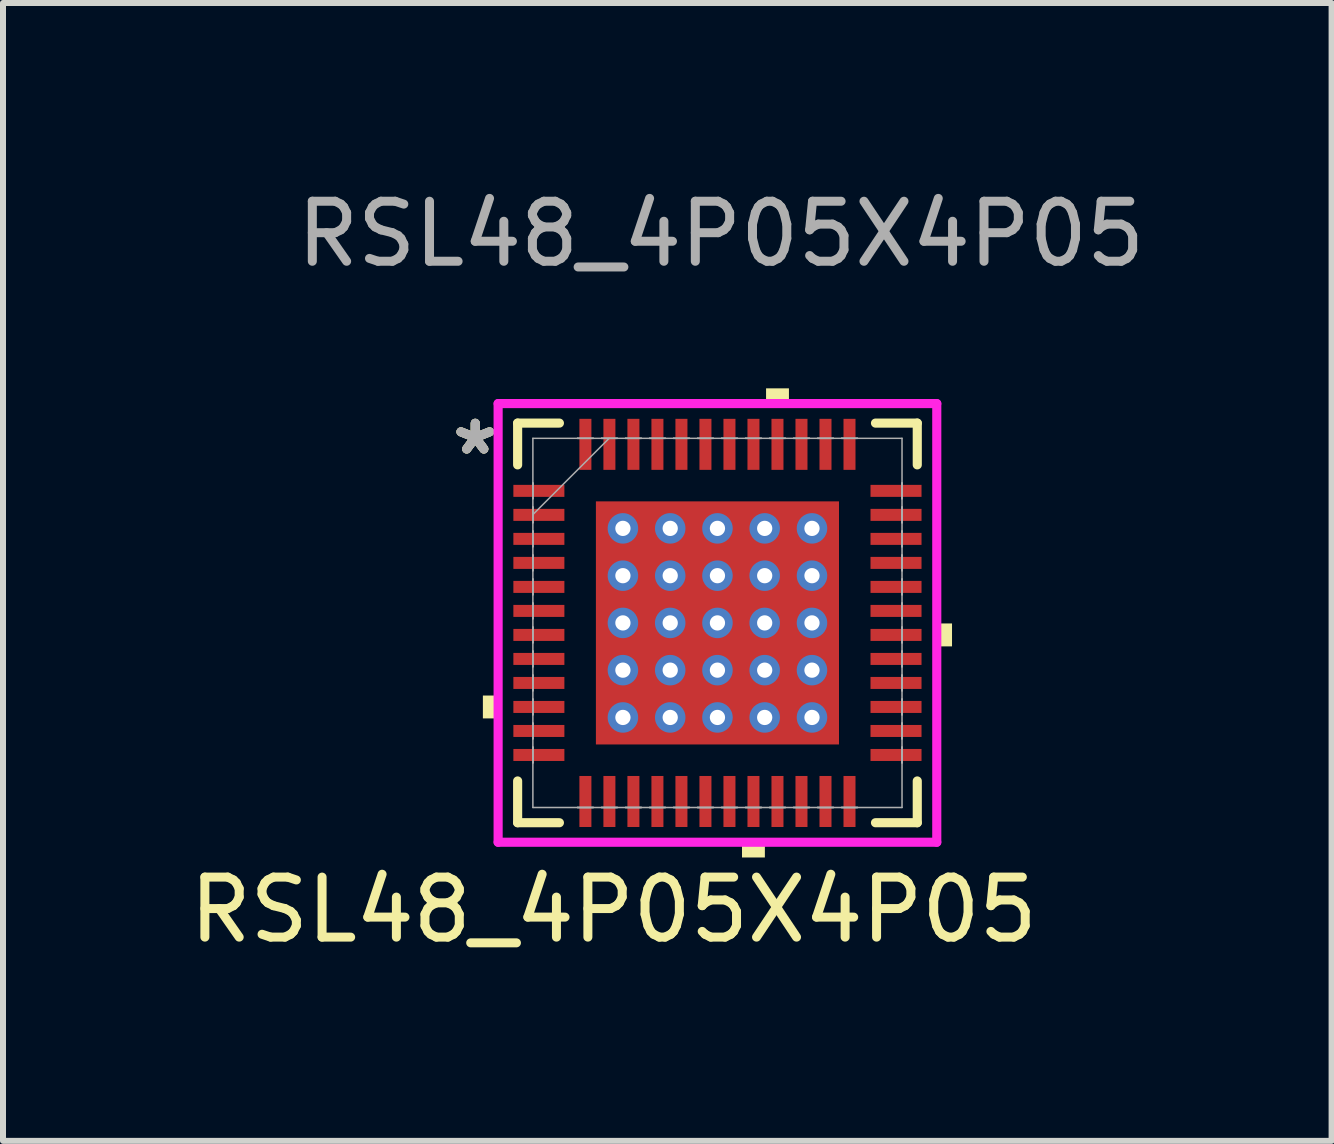
<source format=kicad_pcb>
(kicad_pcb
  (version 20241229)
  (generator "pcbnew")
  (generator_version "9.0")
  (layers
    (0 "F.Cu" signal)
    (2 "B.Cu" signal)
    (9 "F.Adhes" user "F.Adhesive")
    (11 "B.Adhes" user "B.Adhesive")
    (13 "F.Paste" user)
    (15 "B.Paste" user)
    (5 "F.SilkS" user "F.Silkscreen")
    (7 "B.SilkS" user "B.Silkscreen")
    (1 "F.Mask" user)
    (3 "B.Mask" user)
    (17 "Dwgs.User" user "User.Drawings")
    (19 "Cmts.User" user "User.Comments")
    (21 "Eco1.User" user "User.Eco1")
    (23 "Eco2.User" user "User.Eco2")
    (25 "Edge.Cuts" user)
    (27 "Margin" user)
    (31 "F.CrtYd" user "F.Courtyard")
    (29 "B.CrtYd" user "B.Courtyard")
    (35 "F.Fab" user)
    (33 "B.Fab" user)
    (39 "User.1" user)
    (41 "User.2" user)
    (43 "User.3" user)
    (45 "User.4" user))
  (footprint "RSL48_4P05X4P05"
    (layer "F.Cu")
    (at 8.903 7.328)
    (property "Reference" "RSL48_4P05X4P05" (at -1.73 4.78 0) (unlocked yes) (layer "F.SilkS") (effects (font (size 1 1) (thickness 0.15))))
    (attr smd)
    (fp_poly (pts (xy -3.45 -2.35) (xy -3.45 -2.05) (xy -2.5 -2.05) (xy -2.5 -2.35)) (stroke (width 0) (type solid)) (fill yes) (layer "F.Mask"))
    (fp_poly (pts (xy -3.45 -1.95) (xy -3.45 -1.65) (xy -2.5 -1.65) (xy -2.5 -1.95)) (stroke (width 0) (type solid)) (fill yes) (layer "F.Mask"))
    (fp_poly (pts (xy -3.45 -1.55) (xy -3.45 -1.25) (xy -2.5 -1.25) (xy -2.5 -1.55)) (stroke (width 0) (type solid)) (fill yes) (layer "F.Mask"))
    (fp_poly (pts (xy -3.45 -1.15) (xy -3.45 -0.85) (xy -2.5 -0.85) (xy -2.5 -1.15)) (stroke (width 0) (type solid)) (fill yes) (layer "F.Mask"))
    (fp_poly (pts (xy -3.45 -0.75) (xy -3.45 -0.45) (xy -2.5 -0.45) (xy -2.5 -0.75)) (stroke (width 0) (type solid)) (fill yes) (layer "F.Mask"))
    (fp_poly (pts (xy -3.45 -0.35) (xy -3.45 -0.05) (xy -2.5 -0.05) (xy -2.5 -0.35)) (stroke (width 0) (type solid)) (fill yes) (layer "F.Mask"))
    (fp_poly (pts (xy -3.45 0.05) (xy -3.45 0.35) (xy -2.5 0.35) (xy -2.5 0.05)) (stroke (width 0) (type solid)) (fill yes) (layer "F.Mask"))
    (fp_poly (pts (xy -3.45 0.45) (xy -3.45 0.75) (xy -2.5 0.75) (xy -2.5 0.45)) (stroke (width 0) (type solid)) (fill yes) (layer "F.Mask"))
    (fp_poly (pts (xy -3.45 0.85) (xy -3.45 1.15) (xy -2.5 1.15) (xy -2.5 0.85)) (stroke (width 0) (type solid)) (fill yes) (layer "F.Mask"))
    (fp_poly (pts (xy -3.45 1.25) (xy -3.45 1.55) (xy -2.5 1.55) (xy -2.5 1.25)) (stroke (width 0) (type solid)) (fill yes) (layer "F.Mask"))
    (fp_poly (pts (xy -3.45 1.65) (xy -3.45 1.95) (xy -2.5 1.95) (xy -2.5 1.65)) (stroke (width 0) (type solid)) (fill yes) (layer "F.Mask"))
    (fp_poly (pts (xy -3.45 2.05) (xy -3.45 2.35) (xy -2.5 2.35) (xy -2.5 2.05)) (stroke (width 0) (type solid)) (fill yes) (layer "F.Mask"))
    (fp_poly (pts (xy -2.35 -3.45) (xy -2.35 -2.5) (xy -2.05 -2.5) (xy -2.05 -3.45)) (stroke (width 0) (type solid)) (fill yes) (layer "F.Mask"))
    (fp_poly (pts (xy -2.35 2.5) (xy -2.35 3.45) (xy -2.05 3.45) (xy -2.05 2.5)) (stroke (width 0) (type solid)) (fill yes) (layer "F.Mask"))
    (fp_poly (pts (xy -2.088 -2.088) (xy -1.775 -2.088) (xy -1.775 2.088) (xy -2.088 2.088)) (stroke (width 0) (type solid)) (fill yes) (layer "F.Mask"))
    (fp_poly (pts (xy -2.088 -2.088) (xy 2.088 -2.088) (xy 2.088 -1.775) (xy -2.088 -1.775)) (stroke (width 0) (type solid)) (fill yes) (layer "F.Mask"))
    (fp_poly (pts (xy -2.088 -1.375) (xy 2.088 -1.375) (xy 2.088 -0.987) (xy -2.088 -0.987)) (stroke (width 0) (type solid)) (fill yes) (layer "F.Mask"))
    (fp_poly (pts (xy -2.088 -0.587) (xy 2.088 -0.587) (xy 2.088 -0.2) (xy -2.088 -0.2)) (stroke (width 0) (type solid)) (fill yes) (layer "F.Mask"))
    (fp_poly (pts (xy -2.088 0.2) (xy 2.088 0.2) (xy 2.088 0.587) (xy -2.088 0.587)) (stroke (width 0) (type solid)) (fill yes) (layer "F.Mask"))
    (fp_poly (pts (xy -2.088 0.987) (xy 2.088 0.987) (xy 2.088 1.375) (xy -2.088 1.375)) (stroke (width 0) (type solid)) (fill yes) (layer "F.Mask"))
    (fp_poly (pts (xy -2.088 1.775) (xy 2.088 1.775) (xy 2.088 2.088) (xy -2.088 2.088)) (stroke (width 0) (type solid)) (fill yes) (layer "F.Mask"))
    (fp_poly (pts (xy -1.95 -3.45) (xy -1.95 -2.5) (xy -1.65 -2.5) (xy -1.65 -3.45)) (stroke (width 0) (type solid)) (fill yes) (layer "F.Mask"))
    (fp_poly (pts (xy -1.95 2.5) (xy -1.95 3.45) (xy -1.65 3.45) (xy -1.65 2.5)) (stroke (width 0) (type solid)) (fill yes) (layer "F.Mask"))
    (fp_poly (pts (xy -1.55 -3.45) (xy -1.55 -2.5) (xy -1.25 -2.5) (xy -1.25 -3.45)) (stroke (width 0) (type solid)) (fill yes) (layer "F.Mask"))
    (fp_poly (pts (xy -1.55 2.5) (xy -1.55 3.45) (xy -1.25 3.45) (xy -1.25 2.5)) (stroke (width 0) (type solid)) (fill yes) (layer "F.Mask"))
    (fp_poly (pts (xy -1.15 -3.45) (xy -1.15 -2.5) (xy -0.85 -2.5) (xy -0.85 -3.45)) (stroke (width 0) (type solid)) (fill yes) (layer "F.Mask"))
    (fp_poly (pts (xy -1.15 2.5) (xy -1.15 3.45) (xy -0.85 3.45) (xy -0.85 2.5)) (stroke (width 0) (type solid)) (fill yes) (layer "F.Mask"))
    (fp_poly (pts (xy -0.987 -2.088) (xy -1.375 -2.088) (xy -1.375 2.088) (xy -0.987 2.088)) (stroke (width 0) (type solid)) (fill yes) (layer "F.Mask"))
    (fp_poly (pts (xy -0.75 2.5) (xy -0.75 3.45) (xy -0.45 3.45) (xy -0.45 2.5)) (stroke (width 0) (type solid)) (fill yes) (layer "F.Mask"))
    (fp_poly (pts (xy -0.75 -3.45) (xy -0.75 -2.5) (xy -0.45 -2.5) (xy -0.45 -3.45)) (stroke (width 0) (type solid)) (fill yes) (layer "F.Mask"))
    (fp_poly (pts (xy -0.35 -3.45) (xy -0.35 -2.5) (xy -0.05 -2.5) (xy -0.05 -3.45)) (stroke (width 0) (type solid)) (fill yes) (layer "F.Mask"))
    (fp_poly (pts (xy -0.35 2.5) (xy -0.35 3.45) (xy -0.05 3.45) (xy -0.05 2.5)) (stroke (width 0) (type solid)) (fill yes) (layer "F.Mask"))
    (fp_poly (pts (xy -0.2 -2.088) (xy -0.587 -2.088) (xy -0.587 2.088) (xy -0.2 2.088)) (stroke (width 0) (type solid)) (fill yes) (layer "F.Mask"))
    (fp_poly (pts (xy 0.05 -3.45) (xy 0.05 -2.5) (xy 0.35 -2.5) (xy 0.35 -3.45)) (stroke (width 0) (type solid)) (fill yes) (layer "F.Mask"))
    (fp_poly (pts (xy 0.05 2.5) (xy 0.05 3.45) (xy 0.35 3.45) (xy 0.35 2.5)) (stroke (width 0) (type solid)) (fill yes) (layer "F.Mask"))
    (fp_poly (pts (xy 0.45 -3.45) (xy 0.45 -2.5) (xy 0.75 -2.5) (xy 0.75 -3.45)) (stroke (width 0) (type solid)) (fill yes) (layer "F.Mask"))
    (fp_poly (pts (xy 0.45 2.5) (xy 0.45 3.45) (xy 0.75 3.45) (xy 0.75 2.5)) (stroke (width 0) (type solid)) (fill yes) (layer "F.Mask"))
    (fp_poly (pts (xy 0.587 -2.088) (xy 0.2 -2.088) (xy 0.2 2.088) (xy 0.587 2.088)) (stroke (width 0) (type solid)) (fill yes) (layer "F.Mask"))
    (fp_poly (pts (xy 0.85 -3.45) (xy 0.85 -2.5) (xy 1.15 -2.5) (xy 1.15 -3.45)) (stroke (width 0) (type solid)) (fill yes) (layer "F.Mask"))
    (fp_poly (pts (xy 0.85 2.5) (xy 0.85 3.45) (xy 1.15 3.45) (xy 1.15 2.5)) (stroke (width 0) (type solid)) (fill yes) (layer "F.Mask"))
    (fp_poly (pts (xy 1.25 -3.45) (xy 1.25 -2.5) (xy 1.55 -2.5) (xy 1.55 -3.45)) (stroke (width 0) (type solid)) (fill yes) (layer "F.Mask"))
    (fp_poly (pts (xy 1.25 2.5) (xy 1.25 3.45) (xy 1.55 3.45) (xy 1.55 2.5)) (stroke (width 0) (type solid)) (fill yes) (layer "F.Mask"))
    (fp_poly (pts (xy 1.375 -2.088) (xy 0.987 -2.088) (xy 0.987 2.088) (xy 1.375 2.088)) (stroke (width 0) (type solid)) (fill yes) (layer "F.Mask"))
    (fp_poly (pts (xy 1.65 -3.45) (xy 1.65 -2.5) (xy 1.95 -2.5) (xy 1.95 -3.45)) (stroke (width 0) (type solid)) (fill yes) (layer "F.Mask"))
    (fp_poly (pts (xy 1.65 2.5) (xy 1.65 3.45) (xy 1.95 3.45) (xy 1.95 2.5)) (stroke (width 0) (type solid)) (fill yes) (layer "F.Mask"))
    (fp_poly (pts (xy 1.775 -2.088) (xy 2.088 -2.088) (xy 2.088 2.088) (xy 1.775 2.088)) (stroke (width 0) (type solid)) (fill yes) (layer "F.Mask"))
    (fp_poly (pts (xy 2.05 -3.45) (xy 2.05 -2.5) (xy 2.35 -2.5) (xy 2.35 -3.45)) (stroke (width 0) (type solid)) (fill yes) (layer "F.Mask"))
    (fp_poly (pts (xy 2.05 2.5) (xy 2.05 3.45) (xy 2.35 3.45) (xy 2.35 2.5)) (stroke (width 0) (type solid)) (fill yes) (layer "F.Mask"))
    (fp_poly (pts (xy 2.5 -2.35) (xy 2.5 -2.05) (xy 3.45 -2.05) (xy 3.45 -2.35)) (stroke (width 0) (type solid)) (fill yes) (layer "F.Mask"))
    (fp_poly (pts (xy 2.5 -1.95) (xy 2.5 -1.65) (xy 3.45 -1.65) (xy 3.45 -1.95)) (stroke (width 0) (type solid)) (fill yes) (layer "F.Mask"))
    (fp_poly (pts (xy 2.5 -1.55) (xy 2.5 -1.25) (xy 3.45 -1.25) (xy 3.45 -1.55)) (stroke (width 0) (type solid)) (fill yes) (layer "F.Mask"))
    (fp_poly (pts (xy 2.5 -1.15) (xy 2.5 -0.85) (xy 3.45 -0.85) (xy 3.45 -1.15)) (stroke (width 0) (type solid)) (fill yes) (layer "F.Mask"))
    (fp_poly (pts (xy 2.5 -0.75) (xy 2.5 -0.45) (xy 3.45 -0.45) (xy 3.45 -0.75)) (stroke (width 0) (type solid)) (fill yes) (layer "F.Mask"))
    (fp_poly (pts (xy 2.5 -0.35) (xy 2.5 -0.05) (xy 3.45 -0.05) (xy 3.45 -0.35)) (stroke (width 0) (type solid)) (fill yes) (layer "F.Mask"))
    (fp_poly (pts (xy 2.5 0.05) (xy 2.5 0.35) (xy 3.45 0.35) (xy 3.45 0.05)) (stroke (width 0) (type solid)) (fill yes) (layer "F.Mask"))
    (fp_poly (pts (xy 2.5 0.45) (xy 2.5 0.75) (xy 3.45 0.75) (xy 3.45 0.45)) (stroke (width 0) (type solid)) (fill yes) (layer "F.Mask"))
    (fp_poly (pts (xy 2.5 0.85) (xy 2.5 1.15) (xy 3.45 1.15) (xy 3.45 0.85)) (stroke (width 0) (type solid)) (fill yes) (layer "F.Mask"))
    (fp_poly (pts (xy 2.5 1.25) (xy 2.5 1.55) (xy 3.45 1.55) (xy 3.45 1.25)) (stroke (width 0) (type solid)) (fill yes) (layer "F.Mask"))
    (fp_poly (pts (xy 2.5 1.65) (xy 2.5 1.95) (xy 3.45 1.95) (xy 3.45 1.65)) (stroke (width 0) (type solid)) (fill yes) (layer "F.Mask"))
    (fp_poly (pts (xy 2.5 2.05) (xy 2.5 2.35) (xy 3.45 2.35) (xy 3.45 2.05)) (stroke (width 0) (type solid)) (fill yes) (layer "F.Mask"))
    (fp_line (start -3.329 -3.329) (end -3.329 -2.633) (stroke (width 0.152) (type solid)) (layer "F.SilkS"))
    (fp_line (start -3.329 2.633) (end -3.329 3.329) (stroke (width 0.152) (type solid)) (layer "F.SilkS"))
    (fp_line (start -3.329 3.329) (end -2.633 3.329) (stroke (width 0.152) (type solid)) (layer "F.SilkS"))
    (fp_line (start -2.633 -3.329) (end -3.329 -3.329) (stroke (width 0.152) (type solid)) (layer "F.SilkS"))
    (fp_line (start 2.633 3.329) (end 3.329 3.329) (stroke (width 0.152) (type solid)) (layer "F.SilkS"))
    (fp_line (start 3.329 -3.329) (end 2.633 -3.329) (stroke (width 0.152) (type solid)) (layer "F.SilkS"))
    (fp_line (start 3.329 -2.633) (end 3.329 -3.329) (stroke (width 0.152) (type solid)) (layer "F.SilkS"))
    (fp_line (start 3.329 3.329) (end 3.329 2.633) (stroke (width 0.152) (type solid)) (layer "F.SilkS"))
    (fp_poly (pts (xy -3.908 1.21) (xy -3.908 1.591) (xy -3.654 1.591) (xy -3.654 1.21)) (stroke (width 0) (type solid)) (fill yes) (layer "F.SilkS"))
    (fp_poly (pts (xy 0.409 3.654) (xy 0.409 3.908) (xy 0.79 3.908) (xy 0.79 3.654)) (stroke (width 0) (type solid)) (fill yes) (layer "F.SilkS"))
    (fp_poly (pts (xy 0.81 -3.654) (xy 0.81 -3.908) (xy 1.191 -3.908) (xy 1.191 -3.654)) (stroke (width 0) (type solid)) (fill yes) (layer "F.SilkS"))
    (fp_poly (pts (xy 3.908 0.009) (xy 3.908 0.391) (xy 3.654 0.391) (xy 3.654 0.009)) (stroke (width 0) (type solid)) (fill yes) (layer "F.SilkS"))
    (fp_poly (pts (xy -3.375 -2.275) (xy -3.375 -2.125) (xy -2.575 -2.125) (xy -2.575 -2.275)) (stroke (width 0) (type solid)) (fill yes) (layer "F.Paste"))
    (fp_poly (pts (xy -3.375 -1.875) (xy -3.375 -1.725) (xy -2.575 -1.725) (xy -2.575 -1.875)) (stroke (width 0) (type solid)) (fill yes) (layer "F.Paste"))
    (fp_poly (pts (xy -3.375 -1.475) (xy -3.375 -1.325) (xy -2.575 -1.325) (xy -2.575 -1.475)) (stroke (width 0) (type solid)) (fill yes) (layer "F.Paste"))
    (fp_poly (pts (xy -3.375 -1.075) (xy -3.375 -0.925) (xy -2.575 -0.925) (xy -2.575 -1.075)) (stroke (width 0) (type solid)) (fill yes) (layer "F.Paste"))
    (fp_poly (pts (xy -3.375 -0.675) (xy -3.375 -0.525) (xy -2.575 -0.525) (xy -2.575 -0.675)) (stroke (width 0) (type solid)) (fill yes) (layer "F.Paste"))
    (fp_poly (pts (xy -3.375 -0.275) (xy -3.375 -0.125) (xy -2.575 -0.125) (xy -2.575 -0.275)) (stroke (width 0) (type solid)) (fill yes) (layer "F.Paste"))
    (fp_poly (pts (xy -3.375 0.125) (xy -3.375 0.275) (xy -2.575 0.275) (xy -2.575 0.125)) (stroke (width 0) (type solid)) (fill yes) (layer "F.Paste"))
    (fp_poly (pts (xy -3.375 0.525) (xy -3.375 0.675) (xy -2.575 0.675) (xy -2.575 0.525)) (stroke (width 0) (type solid)) (fill yes) (layer "F.Paste"))
    (fp_poly (pts (xy -3.375 0.925) (xy -3.375 1.075) (xy -2.575 1.075) (xy -2.575 0.925)) (stroke (width 0) (type solid)) (fill yes) (layer "F.Paste"))
    (fp_poly (pts (xy -3.375 1.325) (xy -3.375 1.475) (xy -2.575 1.475) (xy -2.575 1.325)) (stroke (width 0) (type solid)) (fill yes) (layer "F.Paste"))
    (fp_poly (pts (xy -3.375 1.725) (xy -3.375 1.875) (xy -2.575 1.875) (xy -2.575 1.725)) (stroke (width 0) (type solid)) (fill yes) (layer "F.Paste"))
    (fp_poly (pts (xy -3.375 2.125) (xy -3.375 2.275) (xy -2.575 2.275) (xy -2.575 2.125)) (stroke (width 0) (type solid)) (fill yes) (layer "F.Paste"))
    (fp_poly (pts (xy -2.275 -3.375) (xy -2.275 -2.575) (xy -2.125 -2.575) (xy -2.125 -3.375)) (stroke (width 0) (type solid)) (fill yes) (layer "F.Paste"))
    (fp_poly (pts (xy -2.275 2.575) (xy -2.275 3.375) (xy -2.125 3.375) (xy -2.125 2.575)) (stroke (width 0) (type solid)) (fill yes) (layer "F.Paste"))
    (fp_poly (pts (xy -1.875 -3.375) (xy -1.875 -2.575) (xy -1.725 -2.575) (xy -1.725 -3.375)) (stroke (width 0) (type solid)) (fill yes) (layer "F.Paste"))
    (fp_poly (pts (xy -1.875 2.575) (xy -1.875 3.375) (xy -1.725 3.375) (xy -1.725 2.575)) (stroke (width 0) (type solid)) (fill yes) (layer "F.Paste"))
    (fp_poly (pts (xy -1.475 -3.375) (xy -1.475 -2.575) (xy -1.325 -2.575) (xy -1.325 -3.375)) (stroke (width 0) (type solid)) (fill yes) (layer "F.Paste"))
    (fp_poly (pts (xy -1.475 2.575) (xy -1.475 3.375) (xy -1.325 3.375) (xy -1.325 2.575)) (stroke (width 0) (type solid)) (fill yes) (layer "F.Paste"))
    (fp_poly (pts (xy -1.075 -3.375) (xy -1.075 -2.575) (xy -0.925 -2.575) (xy -0.925 -3.375)) (stroke (width 0) (type solid)) (fill yes) (layer "F.Paste"))
    (fp_poly (pts (xy -1.075 2.575) (xy -1.075 3.375) (xy -0.925 3.375) (xy -0.925 2.575)) (stroke (width 0) (type solid)) (fill yes) (layer "F.Paste"))
    (fp_poly (pts (xy -0.675 -3.375) (xy -0.675 -2.575) (xy -0.525 -2.575) (xy -0.525 -3.375)) (stroke (width 0) (type solid)) (fill yes) (layer "F.Paste"))
    (fp_poly (pts (xy -0.675 2.575) (xy -0.675 3.375) (xy -0.525 3.375) (xy -0.525 2.575)) (stroke (width 0) (type solid)) (fill yes) (layer "F.Paste"))
    (fp_poly (pts (xy -0.275 -3.375) (xy -0.275 -2.575) (xy -0.125 -2.575) (xy -0.125 -3.375)) (stroke (width 0) (type solid)) (fill yes) (layer "F.Paste"))
    (fp_poly (pts (xy -0.275 2.575) (xy -0.275 3.375) (xy -0.125 3.375) (xy -0.125 2.575)) (stroke (width 0) (type solid)) (fill yes) (layer "F.Paste"))
    (fp_poly (pts (xy 0.125 -3.375) (xy 0.125 -2.575) (xy 0.275 -2.575) (xy 0.275 -3.375)) (stroke (width 0) (type solid)) (fill yes) (layer "F.Paste"))
    (fp_poly (pts (xy 0.125 2.575) (xy 0.125 3.375) (xy 0.275 3.375) (xy 0.275 2.575)) (stroke (width 0) (type solid)) (fill yes) (layer "F.Paste"))
    (fp_poly (pts (xy 0.525 -3.375) (xy 0.525 -2.575) (xy 0.675 -2.575) (xy 0.675 -3.375)) (stroke (width 0) (type solid)) (fill yes) (layer "F.Paste"))
    (fp_poly (pts (xy 0.525 2.575) (xy 0.525 3.375) (xy 0.675 3.375) (xy 0.675 2.575)) (stroke (width 0) (type solid)) (fill yes) (layer "F.Paste"))
    (fp_poly (pts (xy 0.925 -3.375) (xy 0.925 -2.575) (xy 1.075 -2.575) (xy 1.075 -3.375)) (stroke (width 0) (type solid)) (fill yes) (layer "F.Paste"))
    (fp_poly (pts (xy 0.925 2.575) (xy 0.925 3.375) (xy 1.075 3.375) (xy 1.075 2.575)) (stroke (width 0) (type solid)) (fill yes) (layer "F.Paste"))
    (fp_poly (pts (xy 1.325 2.575) (xy 1.325 3.375) (xy 1.475 3.375) (xy 1.475 2.575)) (stroke (width 0) (type solid)) (fill yes) (layer "F.Paste"))
    (fp_poly (pts (xy 1.325 -3.375) (xy 1.325 -2.575) (xy 1.475 -2.575) (xy 1.475 -3.375)) (stroke (width 0) (type solid)) (fill yes) (layer "F.Paste"))
    (fp_poly (pts (xy 1.725 -3.375) (xy 1.725 -2.575) (xy 1.875 -2.575) (xy 1.875 -3.375)) (stroke (width 0) (type solid)) (fill yes) (layer "F.Paste"))
    (fp_poly (pts (xy 1.725 2.575) (xy 1.725 3.375) (xy 1.875 3.375) (xy 1.875 2.575)) (stroke (width 0) (type solid)) (fill yes) (layer "F.Paste"))
    (fp_poly (pts (xy 2.125 -3.375) (xy 2.125 -2.575) (xy 2.275 -2.575) (xy 2.275 -3.375)) (stroke (width 0) (type solid)) (fill yes) (layer "F.Paste"))
    (fp_poly (pts (xy 2.125 2.575) (xy 2.125 3.375) (xy 2.275 3.375) (xy 2.275 2.575)) (stroke (width 0) (type solid)) (fill yes) (layer "F.Paste"))
    (fp_poly (pts (xy 2.575 -2.275) (xy 2.575 -2.125) (xy 3.375 -2.125) (xy 3.375 -2.275)) (stroke (width 0) (type solid)) (fill yes) (layer "F.Paste"))
    (fp_poly (pts (xy 2.575 -1.875) (xy 2.575 -1.725) (xy 3.375 -1.725) (xy 3.375 -1.875)) (stroke (width 0) (type solid)) (fill yes) (layer "F.Paste"))
    (fp_poly (pts (xy 2.575 -1.475) (xy 2.575 -1.325) (xy 3.375 -1.325) (xy 3.375 -1.475)) (stroke (width 0) (type solid)) (fill yes) (layer "F.Paste"))
    (fp_poly (pts (xy 2.575 -1.075) (xy 2.575 -0.925) (xy 3.375 -0.925) (xy 3.375 -1.075)) (stroke (width 0) (type solid)) (fill yes) (layer "F.Paste"))
    (fp_poly (pts (xy 2.575 -0.675) (xy 2.575 -0.525) (xy 3.375 -0.525) (xy 3.375 -0.675)) (stroke (width 0) (type solid)) (fill yes) (layer "F.Paste"))
    (fp_poly (pts (xy 2.575 -0.275) (xy 2.575 -0.125) (xy 3.375 -0.125) (xy 3.375 -0.275)) (stroke (width 0) (type solid)) (fill yes) (layer "F.Paste"))
    (fp_poly (pts (xy 2.575 0.125) (xy 2.575 0.275) (xy 3.375 0.275) (xy 3.375 0.125)) (stroke (width 0) (type solid)) (fill yes) (layer "F.Paste"))
    (fp_poly (pts (xy 2.575 0.525) (xy 2.575 0.675) (xy 3.375 0.675) (xy 3.375 0.525)) (stroke (width 0) (type solid)) (fill yes) (layer "F.Paste"))
    (fp_poly (pts (xy 2.575 0.925) (xy 2.575 1.075) (xy 3.375 1.075) (xy 3.375 0.925)) (stroke (width 0) (type solid)) (fill yes) (layer "F.Paste"))
    (fp_poly (pts (xy 2.575 1.325) (xy 2.575 1.475) (xy 3.375 1.475) (xy 3.375 1.325)) (stroke (width 0) (type solid)) (fill yes) (layer "F.Paste"))
    (fp_poly (pts (xy 2.575 1.725) (xy 2.575 1.875) (xy 3.375 1.875) (xy 3.375 1.725)) (stroke (width 0) (type solid)) (fill yes) (layer "F.Paste"))
    (fp_poly (pts (xy 2.575 2.125) (xy 2.575 2.275) (xy 3.375 2.275) (xy 3.375 2.125)) (stroke (width 0) (type solid)) (fill yes) (layer "F.Paste"))
    (fp_poly (pts (xy -1.95 -1.95) (xy -1.95 -1.675) (xy -1.816 -1.675) (xy -1.675 -1.816) (xy -1.675 -1.95)) (stroke (width 0) (type solid)) (fill yes) (layer "F.Paste"))
    (fp_poly (pts (xy -1.95 1.675) (xy -1.95 1.95) (xy -1.675 1.95) (xy -1.675 1.816) (xy -1.816 1.675)) (stroke (width 0) (type solid)) (fill yes) (layer "F.Paste"))
    (fp_poly (pts (xy 1.675 -1.95) (xy 1.675 -1.816) (xy 1.816 -1.675) (xy 1.95 -1.675) (xy 1.95 -1.95)) (stroke (width 0) (type solid)) (fill yes) (layer "F.Paste"))
    (fp_poly (pts (xy 1.816 1.675) (xy 1.675 1.816) (xy 1.675 1.95) (xy 1.95 1.95) (xy 1.95 1.675)) (stroke (width 0) (type solid)) (fill yes) (layer "F.Paste"))
    (fp_poly (pts (xy -1.95 -1.475) (xy -1.95 -0.887) (xy -1.816 -0.887) (xy -1.675 -1.029) (xy -1.675 -1.333) (xy -1.816 -1.475)) (stroke (width 0) (type solid)) (fill yes) (layer "F.Paste"))
    (fp_poly (pts (xy -1.95 -0.687) (xy -1.95 -0.1) (xy -1.816 -0.1) (xy -1.675 -0.241) (xy -1.675 -0.546) (xy -1.816 -0.687)) (stroke (width 0) (type solid)) (fill yes) (layer "F.Paste"))
    (fp_poly (pts (xy -1.95 0.1) (xy -1.95 0.687) (xy -1.816 0.687) (xy -1.675 0.546) (xy -1.675 0.241) (xy -1.816 0.1)) (stroke (width 0) (type solid)) (fill yes) (layer "F.Paste"))
    (fp_poly (pts (xy -1.95 0.887) (xy -1.95 1.475) (xy -1.816 1.475) (xy -1.675 1.333) (xy -1.675 1.029) (xy -1.816 0.887)) (stroke (width 0) (type solid)) (fill yes) (layer "F.Paste"))
    (fp_poly (pts (xy -1.475 -1.95) (xy -1.475 -1.816) (xy -1.333 -1.675) (xy -1.029 -1.675) (xy -0.887 -1.816) (xy -0.887 -1.95)) (stroke (width 0) (type solid)) (fill yes) (layer "F.Paste"))
    (fp_poly (pts (xy -1.333 1.675) (xy -1.475 1.816) (xy -1.475 1.95) (xy -0.887 1.95) (xy -0.887 1.816) (xy -1.029 1.675)) (stroke (width 0) (type solid)) (fill yes) (layer "F.Paste"))
    (fp_poly (pts (xy -0.687 -1.95) (xy -0.687 -1.816) (xy -0.546 -1.675) (xy -0.241 -1.675) (xy -0.1 -1.816) (xy -0.1 -1.95)) (stroke (width 0) (type solid)) (fill yes) (layer "F.Paste"))
    (fp_poly (pts (xy -0.546 1.675) (xy -0.687 1.816) (xy -0.687 1.95) (xy -0.1 1.95) (xy -0.1 1.816) (xy -0.241 1.675)) (stroke (width 0) (type solid)) (fill yes) (layer "F.Paste"))
    (fp_poly (pts (xy 0.1 -1.95) (xy 0.1 -1.816) (xy 0.241 -1.675) (xy 0.546 -1.675) (xy 0.687 -1.816) (xy 0.687 -1.95)) (stroke (width 0) (type solid)) (fill yes) (layer "F.Paste"))
    (fp_poly (pts (xy 0.241 1.675) (xy 0.1 1.816) (xy 0.1 1.95) (xy 0.687 1.95) (xy 0.687 1.816) (xy 0.546 1.675)) (stroke (width 0) (type solid)) (fill yes) (layer "F.Paste"))
    (fp_poly (pts (xy 0.887 -1.95) (xy 0.887 -1.816) (xy 1.029 -1.675) (xy 1.333 -1.675) (xy 1.475 -1.816) (xy 1.475 -1.95)) (stroke (width 0) (type solid)) (fill yes) (layer "F.Paste"))
    (fp_poly (pts (xy 1.029 1.675) (xy 0.887 1.816) (xy 0.887 1.95) (xy 1.475 1.95) (xy 1.475 1.816) (xy 1.333 1.675)) (stroke (width 0) (type solid)) (fill yes) (layer "F.Paste"))
    (fp_poly (pts (xy 1.816 -1.475) (xy 1.675 -1.333) (xy 1.675 -1.029) (xy 1.816 -0.887) (xy 1.95 -0.887) (xy 1.95 -1.475)) (stroke (width 0) (type solid)) (fill yes) (layer "F.Paste"))
    (fp_poly (pts (xy 1.816 -0.687) (xy 1.675 -0.546) (xy 1.675 -0.241) (xy 1.816 -0.1) (xy 1.95 -0.1) (xy 1.95 -0.687)) (stroke (width 0) (type solid)) (fill yes) (layer "F.Paste"))
    (fp_poly (pts (xy 1.816 0.1) (xy 1.675 0.241) (xy 1.675 0.546) (xy 1.816 0.687) (xy 1.95 0.687) (xy 1.95 0.1)) (stroke (width 0) (type solid)) (fill yes) (layer "F.Paste"))
    (fp_poly (pts (xy 1.816 0.887) (xy 1.675 1.029) (xy 1.675 1.333) (xy 1.816 1.475) (xy 1.95 1.475) (xy 1.95 0.887)) (stroke (width 0) (type solid)) (fill yes) (layer "F.Paste"))
    (fp_poly (pts (xy -1.333 -1.475) (xy -1.475 -1.333) (xy -1.475 -1.029) (xy -1.333 -0.887) (xy -1.029 -0.887) (xy -0.887 -1.029) (xy -0.887 -1.333) (xy -1.029 -1.475)) (stroke (width 0) (type solid)) (fill yes) (layer "F.Paste"))
    (fp_poly (pts (xy -1.333 -0.687) (xy -1.475 -0.546) (xy -1.475 -0.241) (xy -1.333 -0.1) (xy -1.029 -0.1) (xy -0.887 -0.241) (xy -0.887 -0.546) (xy -1.029 -0.687)) (stroke (width 0) (type solid)) (fill yes) (layer "F.Paste"))
    (fp_poly (pts (xy -1.333 0.1) (xy -1.475 0.241) (xy -1.475 0.546) (xy -1.333 0.687) (xy -1.029 0.687) (xy -0.887 0.546) (xy -0.887 0.241) (xy -1.029 0.1)) (stroke (width 0) (type solid)) (fill yes) (layer "F.Paste"))
    (fp_poly (pts (xy -1.333 0.887) (xy -1.475 1.029) (xy -1.475 1.333) (xy -1.333 1.475) (xy -1.029 1.475) (xy -0.887 1.333) (xy -0.887 1.029) (xy -1.029 0.887)) (stroke (width 0) (type solid)) (fill yes) (layer "F.Paste"))
    (fp_poly (pts (xy -0.546 -1.475) (xy -0.687 -1.333) (xy -0.687 -1.029) (xy -0.546 -0.887) (xy -0.241 -0.887) (xy -0.1 -1.029) (xy -0.1 -1.333) (xy -0.241 -1.475)) (stroke (width 0) (type solid)) (fill yes) (layer "F.Paste"))
    (fp_poly (pts (xy -0.546 -0.687) (xy -0.687 -0.546) (xy -0.687 -0.241) (xy -0.546 -0.1) (xy -0.241 -0.1) (xy -0.1 -0.241) (xy -0.1 -0.546) (xy -0.241 -0.687)) (stroke (width 0) (type solid)) (fill yes) (layer "F.Paste"))
    (fp_poly (pts (xy -0.546 0.1) (xy -0.687 0.241) (xy -0.687 0.546) (xy -0.546 0.687) (xy -0.241 0.687) (xy -0.1 0.546) (xy -0.1 0.241) (xy -0.241 0.1)) (stroke (width 0) (type solid)) (fill yes) (layer "F.Paste"))
    (fp_poly (pts (xy -0.546 0.887) (xy -0.687 1.029) (xy -0.687 1.333) (xy -0.546 1.475) (xy -0.241 1.475) (xy -0.1 1.333) (xy -0.1 1.029) (xy -0.241 0.887)) (stroke (width 0) (type solid)) (fill yes) (layer "F.Paste"))
    (fp_poly (pts (xy 0.241 -1.475) (xy 0.1 -1.333) (xy 0.1 -1.029) (xy 0.241 -0.887) (xy 0.546 -0.887) (xy 0.687 -1.029) (xy 0.687 -1.333) (xy 0.546 -1.475)) (stroke (width 0) (type solid)) (fill yes) (layer "F.Paste"))
    (fp_poly (pts (xy 0.241 -0.687) (xy 0.1 -0.546) (xy 0.1 -0.241) (xy 0.241 -0.1) (xy 0.546 -0.1) (xy 0.687 -0.241) (xy 0.687 -0.546) (xy 0.546 -0.687)) (stroke (width 0) (type solid)) (fill yes) (layer "F.Paste"))
    (fp_poly (pts (xy 0.241 0.1) (xy 0.1 0.241) (xy 0.1 0.546) (xy 0.241 0.687) (xy 0.546 0.687) (xy 0.687 0.546) (xy 0.687 0.241) (xy 0.546 0.1)) (stroke (width 0) (type solid)) (fill yes) (layer "F.Paste"))
    (fp_poly (pts (xy 0.241 0.887) (xy 0.1 1.029) (xy 0.1 1.333) (xy 0.241 1.475) (xy 0.546 1.475) (xy 0.687 1.333) (xy 0.687 1.029) (xy 0.546 0.887)) (stroke (width 0) (type solid)) (fill yes) (layer "F.Paste"))
    (fp_poly (pts (xy 1.029 -1.475) (xy 0.887 -1.333) (xy 0.887 -1.029) (xy 1.029 -0.887) (xy 1.333 -0.887) (xy 1.475 -1.029) (xy 1.475 -1.333) (xy 1.333 -1.475)) (stroke (width 0) (type solid)) (fill yes) (layer "F.Paste"))
    (fp_poly (pts (xy 1.029 -0.687) (xy 0.887 -0.546) (xy 0.887 -0.241) (xy 1.029 -0.1) (xy 1.333 -0.1) (xy 1.475 -0.241) (xy 1.475 -0.546) (xy 1.333 -0.687)) (stroke (width 0) (type solid)) (fill yes) (layer "F.Paste"))
    (fp_poly (pts (xy 1.029 0.1) (xy 0.887 0.241) (xy 0.887 0.546) (xy 1.029 0.687) (xy 1.333 0.687) (xy 1.475 0.546) (xy 1.475 0.241) (xy 1.333 0.1)) (stroke (width 0) (type solid)) (fill yes) (layer "F.Paste"))
    (fp_poly (pts (xy 1.029 0.887) (xy 0.887 1.029) (xy 0.887 1.333) (xy 1.029 1.475) (xy 1.333 1.475) (xy 1.475 1.333) (xy 1.475 1.029) (xy 1.333 0.887)) (stroke (width 0) (type solid)) (fill yes) (layer "F.Paste"))
    (fp_line (start -3.654 -3.654) (end 3.654 -3.654) (stroke (width 0.152) (type solid)) (layer "F.CrtYd"))
    (fp_line (start -3.654 3.654) (end -3.654 -3.654) (stroke (width 0.152) (type solid)) (layer "F.CrtYd"))
    (fp_line (start 3.654 -3.654) (end 3.654 3.654) (stroke (width 0.152) (type solid)) (layer "F.CrtYd"))
    (fp_line (start 3.654 3.654) (end -3.654 3.654) (stroke (width 0.152) (type solid)) (layer "F.CrtYd"))
    (fp_line (start -3.075 -3.075) (end -3.075 3.075) (stroke (width 0.025) (type solid)) (layer "F.Fab"))
    (fp_line (start -3.075 -2.33) (end -3.075 -2.33) (stroke (width 0.025) (type solid)) (layer "F.Fab"))
    (fp_line (start -3.075 -2.33) (end -3.075 -2.07) (stroke (width 0.025) (type solid)) (layer "F.Fab"))
    (fp_line (start -3.075 -2.07) (end -3.075 -2.33) (stroke (width 0.025) (type solid)) (layer "F.Fab"))
    (fp_line (start -3.075 -2.07) (end -3.075 -2.07) (stroke (width 0.025) (type solid)) (layer "F.Fab"))
    (fp_line (start -3.075 -1.93) (end -3.075 -1.93) (stroke (width 0.025) (type solid)) (layer "F.Fab"))
    (fp_line (start -3.075 -1.93) (end -3.075 -1.67) (stroke (width 0.025) (type solid)) (layer "F.Fab"))
    (fp_line (start -3.075 -1.805) (end -1.805 -3.075) (stroke (width 0.025) (type solid)) (layer "F.Fab"))
    (fp_line (start -3.075 -1.67) (end -3.075 -1.93) (stroke (width 0.025) (type solid)) (layer "F.Fab"))
    (fp_line (start -3.075 -1.67) (end -3.075 -1.67) (stroke (width 0.025) (type solid)) (layer "F.Fab"))
    (fp_line (start -3.075 -1.53) (end -3.075 -1.53) (stroke (width 0.025) (type solid)) (layer "F.Fab"))
    (fp_line (start -3.075 -1.53) (end -3.075 -1.27) (stroke (width 0.025) (type solid)) (layer "F.Fab"))
    (fp_line (start -3.075 -1.27) (end -3.075 -1.53) (stroke (width 0.025) (type solid)) (layer "F.Fab"))
    (fp_line (start -3.075 -1.27) (end -3.075 -1.27) (stroke (width 0.025) (type solid)) (layer "F.Fab"))
    (fp_line (start -3.075 -1.13) (end -3.075 -1.13) (stroke (width 0.025) (type solid)) (layer "F.Fab"))
    (fp_line (start -3.075 -1.13) (end -3.075 -0.87) (stroke (width 0.025) (type solid)) (layer "F.Fab"))
    (fp_line (start -3.075 -0.87) (end -3.075 -1.13) (stroke (width 0.025) (type solid)) (layer "F.Fab"))
    (fp_line (start -3.075 -0.87) (end -3.075 -0.87) (stroke (width 0.025) (type solid)) (layer "F.Fab"))
    (fp_line (start -3.075 -0.73) (end -3.075 -0.73) (stroke (width 0.025) (type solid)) (layer "F.Fab"))
    (fp_line (start -3.075 -0.73) (end -3.075 -0.47) (stroke (width 0.025) (type solid)) (layer "F.Fab"))
    (fp_line (start -3.075 -0.47) (end -3.075 -0.73) (stroke (width 0.025) (type solid)) (layer "F.Fab"))
    (fp_line (start -3.075 -0.47) (end -3.075 -0.47) (stroke (width 0.025) (type solid)) (layer "F.Fab"))
    (fp_line (start -3.075 -0.33) (end -3.075 -0.33) (stroke (width 0.025) (type solid)) (layer "F.Fab"))
    (fp_line (start -3.075 -0.33) (end -3.075 -0.07) (stroke (width 0.025) (type solid)) (layer "F.Fab"))
    (fp_line (start -3.075 -0.07) (end -3.075 -0.33) (stroke (width 0.025) (type solid)) (layer "F.Fab"))
    (fp_line (start -3.075 -0.07) (end -3.075 -0.07) (stroke (width 0.025) (type solid)) (layer "F.Fab"))
    (fp_line (start -3.075 0.07) (end -3.075 0.07) (stroke (width 0.025) (type solid)) (layer "F.Fab"))
    (fp_line (start -3.075 0.07) (end -3.075 0.33) (stroke (width 0.025) (type solid)) (layer "F.Fab"))
    (fp_line (start -3.075 0.33) (end -3.075 0.07) (stroke (width 0.025) (type solid)) (layer "F.Fab"))
    (fp_line (start -3.075 0.33) (end -3.075 0.33) (stroke (width 0.025) (type solid)) (layer "F.Fab"))
    (fp_line (start -3.075 0.47) (end -3.075 0.47) (stroke (width 0.025) (type solid)) (layer "F.Fab"))
    (fp_line (start -3.075 0.47) (end -3.075 0.73) (stroke (width 0.025) (type solid)) (layer "F.Fab"))
    (fp_line (start -3.075 0.73) (end -3.075 0.47) (stroke (width 0.025) (type solid)) (layer "F.Fab"))
    (fp_line (start -3.075 0.73) (end -3.075 0.73) (stroke (width 0.025) (type solid)) (layer "F.Fab"))
    (fp_line (start -3.075 0.87) (end -3.075 0.87) (stroke (width 0.025) (type solid)) (layer "F.Fab"))
    (fp_line (start -3.075 0.87) (end -3.075 1.13) (stroke (width 0.025) (type solid)) (layer "F.Fab"))
    (fp_line (start -3.075 1.13) (end -3.075 0.87) (stroke (width 0.025) (type solid)) (layer "F.Fab"))
    (fp_line (start -3.075 1.13) (end -3.075 1.13) (stroke (width 0.025) (type solid)) (layer "F.Fab"))
    (fp_line (start -3.075 1.27) (end -3.075 1.27) (stroke (width 0.025) (type solid)) (layer "F.Fab"))
    (fp_line (start -3.075 1.27) (end -3.075 1.53) (stroke (width 0.025) (type solid)) (layer "F.Fab"))
    (fp_line (start -3.075 1.53) (end -3.075 1.27) (stroke (width 0.025) (type solid)) (layer "F.Fab"))
    (fp_line (start -3.075 1.53) (end -3.075 1.53) (stroke (width 0.025) (type solid)) (layer "F.Fab"))
    (fp_line (start -3.075 1.67) (end -3.075 1.67) (stroke (width 0.025) (type solid)) (layer "F.Fab"))
    (fp_line (start -3.075 1.67) (end -3.075 1.93) (stroke (width 0.025) (type solid)) (layer "F.Fab"))
    (fp_line (start -3.075 1.93) (end -3.075 1.67) (stroke (width 0.025) (type solid)) (layer "F.Fab"))
    (fp_line (start -3.075 1.93) (end -3.075 1.93) (stroke (width 0.025) (type solid)) (layer "F.Fab"))
    (fp_line (start -3.075 2.07) (end -3.075 2.07) (stroke (width 0.025) (type solid)) (layer "F.Fab"))
    (fp_line (start -3.075 2.07) (end -3.075 2.33) (stroke (width 0.025) (type solid)) (layer "F.Fab"))
    (fp_line (start -3.075 2.33) (end -3.075 2.07) (stroke (width 0.025) (type solid)) (layer "F.Fab"))
    (fp_line (start -3.075 2.33) (end -3.075 2.33) (stroke (width 0.025) (type solid)) (layer "F.Fab"))
    (fp_line (start -3.075 3.075) (end 3.075 3.075) (stroke (width 0.025) (type solid)) (layer "F.Fab"))
    (fp_line (start -2.33 -3.075) (end -2.33 -3.075) (stroke (width 0.025) (type solid)) (layer "F.Fab"))
    (fp_line (start -2.33 -3.075) (end -2.07 -3.075) (stroke (width 0.025) (type solid)) (layer "F.Fab"))
    (fp_line (start -2.33 3.075) (end -2.33 3.075) (stroke (width 0.025) (type solid)) (layer "F.Fab"))
    (fp_line (start -2.33 3.075) (end -2.07 3.075) (stroke (width 0.025) (type solid)) (layer "F.Fab"))
    (fp_line (start -2.07 -3.075) (end -2.33 -3.075) (stroke (width 0.025) (type solid)) (layer "F.Fab"))
    (fp_line (start -2.07 -3.075) (end -2.07 -3.075) (stroke (width 0.025) (type solid)) (layer "F.Fab"))
    (fp_line (start -2.07 3.075) (end -2.33 3.075) (stroke (width 0.025) (type solid)) (layer "F.Fab"))
    (fp_line (start -2.07 3.075) (end -2.07 3.075) (stroke (width 0.025) (type solid)) (layer "F.Fab"))
    (fp_line (start -1.93 -3.075) (end -1.93 -3.075) (stroke (width 0.025) (type solid)) (layer "F.Fab"))
    (fp_line (start -1.93 -3.075) (end -1.67 -3.075) (stroke (width 0.025) (type solid)) (layer "F.Fab"))
    (fp_line (start -1.93 3.075) (end -1.93 3.075) (stroke (width 0.025) (type solid)) (layer "F.Fab"))
    (fp_line (start -1.93 3.075) (end -1.67 3.075) (stroke (width 0.025) (type solid)) (layer "F.Fab"))
    (fp_line (start -1.67 -3.075) (end -1.93 -3.075) (stroke (width 0.025) (type solid)) (layer "F.Fab"))
    (fp_line (start -1.67 -3.075) (end -1.67 -3.075) (stroke (width 0.025) (type solid)) (layer "F.Fab"))
    (fp_line (start -1.67 3.075) (end -1.93 3.075) (stroke (width 0.025) (type solid)) (layer "F.Fab"))
    (fp_line (start -1.67 3.075) (end -1.67 3.075) (stroke (width 0.025) (type solid)) (layer "F.Fab"))
    (fp_line (start -1.53 -3.075) (end -1.53 -3.075) (stroke (width 0.025) (type solid)) (layer "F.Fab"))
    (fp_line (start -1.53 -3.075) (end -1.27 -3.075) (stroke (width 0.025) (type solid)) (layer "F.Fab"))
    (fp_line (start -1.53 3.075) (end -1.53 3.075) (stroke (width 0.025) (type solid)) (layer "F.Fab"))
    (fp_line (start -1.53 3.075) (end -1.27 3.075) (stroke (width 0.025) (type solid)) (layer "F.Fab"))
    (fp_line (start -1.27 -3.075) (end -1.53 -3.075) (stroke (width 0.025) (type solid)) (layer "F.Fab"))
    (fp_line (start -1.27 -3.075) (end -1.27 -3.075) (stroke (width 0.025) (type solid)) (layer "F.Fab"))
    (fp_line (start -1.27 3.075) (end -1.53 3.075) (stroke (width 0.025) (type solid)) (layer "F.Fab"))
    (fp_line (start -1.27 3.075) (end -1.27 3.075) (stroke (width 0.025) (type solid)) (layer "F.Fab"))
    (fp_line (start -1.13 -3.075) (end -1.13 -3.075) (stroke (width 0.025) (type solid)) (layer "F.Fab"))
    (fp_line (start -1.13 -3.075) (end -0.87 -3.075) (stroke (width 0.025) (type solid)) (layer "F.Fab"))
    (fp_line (start -1.13 3.075) (end -1.13 3.075) (stroke (width 0.025) (type solid)) (layer "F.Fab"))
    (fp_line (start -1.13 3.075) (end -0.87 3.075) (stroke (width 0.025) (type solid)) (layer "F.Fab"))
    (fp_line (start -0.87 -3.075) (end -1.13 -3.075) (stroke (width 0.025) (type solid)) (layer "F.Fab"))
    (fp_line (start -0.87 -3.075) (end -0.87 -3.075) (stroke (width 0.025) (type solid)) (layer "F.Fab"))
    (fp_line (start -0.87 3.075) (end -1.13 3.075) (stroke (width 0.025) (type solid)) (layer "F.Fab"))
    (fp_line (start -0.87 3.075) (end -0.87 3.075) (stroke (width 0.025) (type solid)) (layer "F.Fab"))
    (fp_line (start -0.73 -3.075) (end -0.73 -3.075) (stroke (width 0.025) (type solid)) (layer "F.Fab"))
    (fp_line (start -0.73 -3.075) (end -0.47 -3.075) (stroke (width 0.025) (type solid)) (layer "F.Fab"))
    (fp_line (start -0.73 3.075) (end -0.73 3.075) (stroke (width 0.025) (type solid)) (layer "F.Fab"))
    (fp_line (start -0.73 3.075) (end -0.47 3.075) (stroke (width 0.025) (type solid)) (layer "F.Fab"))
    (fp_line (start -0.47 -3.075) (end -0.73 -3.075) (stroke (width 0.025) (type solid)) (layer "F.Fab"))
    (fp_line (start -0.47 -3.075) (end -0.47 -3.075) (stroke (width 0.025) (type solid)) (layer "F.Fab"))
    (fp_line (start -0.47 3.075) (end -0.73 3.075) (stroke (width 0.025) (type solid)) (layer "F.Fab"))
    (fp_line (start -0.47 3.075) (end -0.47 3.075) (stroke (width 0.025) (type solid)) (layer "F.Fab"))
    (fp_line (start -0.33 -3.075) (end -0.33 -3.075) (stroke (width 0.025) (type solid)) (layer "F.Fab"))
    (fp_line (start -0.33 -3.075) (end -0.07 -3.075) (stroke (width 0.025) (type solid)) (layer "F.Fab"))
    (fp_line (start -0.33 3.075) (end -0.33 3.075) (stroke (width 0.025) (type solid)) (layer "F.Fab"))
    (fp_line (start -0.33 3.075) (end -0.07 3.075) (stroke (width 0.025) (type solid)) (layer "F.Fab"))
    (fp_line (start -0.07 -3.075) (end -0.33 -3.075) (stroke (width 0.025) (type solid)) (layer "F.Fab"))
    (fp_line (start -0.07 -3.075) (end -0.07 -3.075) (stroke (width 0.025) (type solid)) (layer "F.Fab"))
    (fp_line (start -0.07 3.075) (end -0.33 3.075) (stroke (width 0.025) (type solid)) (layer "F.Fab"))
    (fp_line (start -0.07 3.075) (end -0.07 3.075) (stroke (width 0.025) (type solid)) (layer "F.Fab"))
    (fp_line (start 0.07 -3.075) (end 0.07 -3.075) (stroke (width 0.025) (type solid)) (layer "F.Fab"))
    (fp_line (start 0.07 -3.075) (end 0.33 -3.075) (stroke (width 0.025) (type solid)) (layer "F.Fab"))
    (fp_line (start 0.07 3.075) (end 0.07 3.075) (stroke (width 0.025) (type solid)) (layer "F.Fab"))
    (fp_line (start 0.07 3.075) (end 0.33 3.075) (stroke (width 0.025) (type solid)) (layer "F.Fab"))
    (fp_line (start 0.33 -3.075) (end 0.07 -3.075) (stroke (width 0.025) (type solid)) (layer "F.Fab"))
    (fp_line (start 0.33 -3.075) (end 0.33 -3.075) (stroke (width 0.025) (type solid)) (layer "F.Fab"))
    (fp_line (start 0.33 3.075) (end 0.07 3.075) (stroke (width 0.025) (type solid)) (layer "F.Fab"))
    (fp_line (start 0.33 3.075) (end 0.33 3.075) (stroke (width 0.025) (type solid)) (layer "F.Fab"))
    (fp_line (start 0.47 -3.075) (end 0.47 -3.075) (stroke (width 0.025) (type solid)) (layer "F.Fab"))
    (fp_line (start 0.47 -3.075) (end 0.73 -3.075) (stroke (width 0.025) (type solid)) (layer "F.Fab"))
    (fp_line (start 0.47 3.075) (end 0.47 3.075) (stroke (width 0.025) (type solid)) (layer "F.Fab"))
    (fp_line (start 0.47 3.075) (end 0.73 3.075) (stroke (width 0.025) (type solid)) (layer "F.Fab"))
    (fp_line (start 0.73 -3.075) (end 0.47 -3.075) (stroke (width 0.025) (type solid)) (layer "F.Fab"))
    (fp_line (start 0.73 -3.075) (end 0.73 -3.075) (stroke (width 0.025) (type solid)) (layer "F.Fab"))
    (fp_line (start 0.73 3.075) (end 0.47 3.075) (stroke (width 0.025) (type solid)) (layer "F.Fab"))
    (fp_line (start 0.73 3.075) (end 0.73 3.075) (stroke (width 0.025) (type solid)) (layer "F.Fab"))
    (fp_line (start 0.87 -3.075) (end 0.87 -3.075) (stroke (width 0.025) (type solid)) (layer "F.Fab"))
    (fp_line (start 0.87 -3.075) (end 1.13 -3.075) (stroke (width 0.025) (type solid)) (layer "F.Fab"))
    (fp_line (start 0.87 3.075) (end 0.87 3.075) (stroke (width 0.025) (type solid)) (layer "F.Fab"))
    (fp_line (start 0.87 3.075) (end 1.13 3.075) (stroke (width 0.025) (type solid)) (layer "F.Fab"))
    (fp_line (start 1.13 -3.075) (end 0.87 -3.075) (stroke (width 0.025) (type solid)) (layer "F.Fab"))
    (fp_line (start 1.13 -3.075) (end 1.13 -3.075) (stroke (width 0.025) (type solid)) (layer "F.Fab"))
    (fp_line (start 1.13 3.075) (end 0.87 3.075) (stroke (width 0.025) (type solid)) (layer "F.Fab"))
    (fp_line (start 1.13 3.075) (end 1.13 3.075) (stroke (width 0.025) (type solid)) (layer "F.Fab"))
    (fp_line (start 1.27 -3.075) (end 1.27 -3.075) (stroke (width 0.025) (type solid)) (layer "F.Fab"))
    (fp_line (start 1.27 -3.075) (end 1.53 -3.075) (stroke (width 0.025) (type solid)) (layer "F.Fab"))
    (fp_line (start 1.27 3.075) (end 1.27 3.075) (stroke (width 0.025) (type solid)) (layer "F.Fab"))
    (fp_line (start 1.27 3.075) (end 1.53 3.075) (stroke (width 0.025) (type solid)) (layer "F.Fab"))
    (fp_line (start 1.53 -3.075) (end 1.27 -3.075) (stroke (width 0.025) (type solid)) (layer "F.Fab"))
    (fp_line (start 1.53 -3.075) (end 1.53 -3.075) (stroke (width 0.025) (type solid)) (layer "F.Fab"))
    (fp_line (start 1.53 3.075) (end 1.27 3.075) (stroke (width 0.025) (type solid)) (layer "F.Fab"))
    (fp_line (start 1.53 3.075) (end 1.53 3.075) (stroke (width 0.025) (type solid)) (layer "F.Fab"))
    (fp_line (start 1.67 -3.075) (end 1.67 -3.075) (stroke (width 0.025) (type solid)) (layer "F.Fab"))
    (fp_line (start 1.67 -3.075) (end 1.93 -3.075) (stroke (width 0.025) (type solid)) (layer "F.Fab"))
    (fp_line (start 1.67 3.075) (end 1.67 3.075) (stroke (width 0.025) (type solid)) (layer "F.Fab"))
    (fp_line (start 1.67 3.075) (end 1.93 3.075) (stroke (width 0.025) (type solid)) (layer "F.Fab"))
    (fp_line (start 1.93 -3.075) (end 1.67 -3.075) (stroke (width 0.025) (type solid)) (layer "F.Fab"))
    (fp_line (start 1.93 -3.075) (end 1.93 -3.075) (stroke (width 0.025) (type solid)) (layer "F.Fab"))
    (fp_line (start 1.93 3.075) (end 1.67 3.075) (stroke (width 0.025) (type solid)) (layer "F.Fab"))
    (fp_line (start 1.93 3.075) (end 1.93 3.075) (stroke (width 0.025) (type solid)) (layer "F.Fab"))
    (fp_line (start 2.07 -3.075) (end 2.07 -3.075) (stroke (width 0.025) (type solid)) (layer "F.Fab"))
    (fp_line (start 2.07 -3.075) (end 2.33 -3.075) (stroke (width 0.025) (type solid)) (layer "F.Fab"))
    (fp_line (start 2.07 3.075) (end 2.07 3.075) (stroke (width 0.025) (type solid)) (layer "F.Fab"))
    (fp_line (start 2.07 3.075) (end 2.33 3.075) (stroke (width 0.025) (type solid)) (layer "F.Fab"))
    (fp_line (start 2.33 -3.075) (end 2.07 -3.075) (stroke (width 0.025) (type solid)) (layer "F.Fab"))
    (fp_line (start 2.33 -3.075) (end 2.33 -3.075) (stroke (width 0.025) (type solid)) (layer "F.Fab"))
    (fp_line (start 2.33 3.075) (end 2.07 3.075) (stroke (width 0.025) (type solid)) (layer "F.Fab"))
    (fp_line (start 2.33 3.075) (end 2.33 3.075) (stroke (width 0.025) (type solid)) (layer "F.Fab"))
    (fp_line (start 3.075 -3.075) (end -3.075 -3.075) (stroke (width 0.025) (type solid)) (layer "F.Fab"))
    (fp_line (start 3.075 -2.33) (end 3.075 -2.33) (stroke (width 0.025) (type solid)) (layer "F.Fab"))
    (fp_line (start 3.075 -2.33) (end 3.075 -2.07) (stroke (width 0.025) (type solid)) (layer "F.Fab"))
    (fp_line (start 3.075 -2.07) (end 3.075 -2.33) (stroke (width 0.025) (type solid)) (layer "F.Fab"))
    (fp_line (start 3.075 -2.07) (end 3.075 -2.07) (stroke (width 0.025) (type solid)) (layer "F.Fab"))
    (fp_line (start 3.075 -1.93) (end 3.075 -1.93) (stroke (width 0.025) (type solid)) (layer "F.Fab"))
    (fp_line (start 3.075 -1.93) (end 3.075 -1.67) (stroke (width 0.025) (type solid)) (layer "F.Fab"))
    (fp_line (start 3.075 -1.67) (end 3.075 -1.93) (stroke (width 0.025) (type solid)) (layer "F.Fab"))
    (fp_line (start 3.075 -1.67) (end 3.075 -1.67) (stroke (width 0.025) (type solid)) (layer "F.Fab"))
    (fp_line (start 3.075 -1.53) (end 3.075 -1.53) (stroke (width 0.025) (type solid)) (layer "F.Fab"))
    (fp_line (start 3.075 -1.53) (end 3.075 -1.27) (stroke (width 0.025) (type solid)) (layer "F.Fab"))
    (fp_line (start 3.075 -1.27) (end 3.075 -1.53) (stroke (width 0.025) (type solid)) (layer "F.Fab"))
    (fp_line (start 3.075 -1.27) (end 3.075 -1.27) (stroke (width 0.025) (type solid)) (layer "F.Fab"))
    (fp_line (start 3.075 -1.13) (end 3.075 -1.13) (stroke (width 0.025) (type solid)) (layer "F.Fab"))
    (fp_line (start 3.075 -1.13) (end 3.075 -0.87) (stroke (width 0.025) (type solid)) (layer "F.Fab"))
    (fp_line (start 3.075 -0.87) (end 3.075 -1.13) (stroke (width 0.025) (type solid)) (layer "F.Fab"))
    (fp_line (start 3.075 -0.87) (end 3.075 -0.87) (stroke (width 0.025) (type solid)) (layer "F.Fab"))
    (fp_line (start 3.075 -0.73) (end 3.075 -0.73) (stroke (width 0.025) (type solid)) (layer "F.Fab"))
    (fp_line (start 3.075 -0.73) (end 3.075 -0.47) (stroke (width 0.025) (type solid)) (layer "F.Fab"))
    (fp_line (start 3.075 -0.47) (end 3.075 -0.73) (stroke (width 0.025) (type solid)) (layer "F.Fab"))
    (fp_line (start 3.075 -0.47) (end 3.075 -0.47) (stroke (width 0.025) (type solid)) (layer "F.Fab"))
    (fp_line (start 3.075 -0.33) (end 3.075 -0.33) (stroke (width 0.025) (type solid)) (layer "F.Fab"))
    (fp_line (start 3.075 -0.33) (end 3.075 -0.07) (stroke (width 0.025) (type solid)) (layer "F.Fab"))
    (fp_line (start 3.075 -0.07) (end 3.075 -0.33) (stroke (width 0.025) (type solid)) (layer "F.Fab"))
    (fp_line (start 3.075 -0.07) (end 3.075 -0.07) (stroke (width 0.025) (type solid)) (layer "F.Fab"))
    (fp_line (start 3.075 0.07) (end 3.075 0.07) (stroke (width 0.025) (type solid)) (layer "F.Fab"))
    (fp_line (start 3.075 0.07) (end 3.075 0.33) (stroke (width 0.025) (type solid)) (layer "F.Fab"))
    (fp_line (start 3.075 0.33) (end 3.075 0.07) (stroke (width 0.025) (type solid)) (layer "F.Fab"))
    (fp_line (start 3.075 0.33) (end 3.075 0.33) (stroke (width 0.025) (type solid)) (layer "F.Fab"))
    (fp_line (start 3.075 0.47) (end 3.075 0.47) (stroke (width 0.025) (type solid)) (layer "F.Fab"))
    (fp_line (start 3.075 0.47) (end 3.075 0.73) (stroke (width 0.025) (type solid)) (layer "F.Fab"))
    (fp_line (start 3.075 0.73) (end 3.075 0.47) (stroke (width 0.025) (type solid)) (layer "F.Fab"))
    (fp_line (start 3.075 0.73) (end 3.075 0.73) (stroke (width 0.025) (type solid)) (layer "F.Fab"))
    (fp_line (start 3.075 0.87) (end 3.075 0.87) (stroke (width 0.025) (type solid)) (layer "F.Fab"))
    (fp_line (start 3.075 0.87) (end 3.075 1.13) (stroke (width 0.025) (type solid)) (layer "F.Fab"))
    (fp_line (start 3.075 1.13) (end 3.075 0.87) (stroke (width 0.025) (type solid)) (layer "F.Fab"))
    (fp_line (start 3.075 1.13) (end 3.075 1.13) (stroke (width 0.025) (type solid)) (layer "F.Fab"))
    (fp_line (start 3.075 1.27) (end 3.075 1.27) (stroke (width 0.025) (type solid)) (layer "F.Fab"))
    (fp_line (start 3.075 1.27) (end 3.075 1.53) (stroke (width 0.025) (type solid)) (layer "F.Fab"))
    (fp_line (start 3.075 1.53) (end 3.075 1.27) (stroke (width 0.025) (type solid)) (layer "F.Fab"))
    (fp_line (start 3.075 1.53) (end 3.075 1.53) (stroke (width 0.025) (type solid)) (layer "F.Fab"))
    (fp_line (start 3.075 1.67) (end 3.075 1.67) (stroke (width 0.025) (type solid)) (layer "F.Fab"))
    (fp_line (start 3.075 1.67) (end 3.075 1.93) (stroke (width 0.025) (type solid)) (layer "F.Fab"))
    (fp_line (start 3.075 1.93) (end 3.075 1.67) (stroke (width 0.025) (type solid)) (layer "F.Fab"))
    (fp_line (start 3.075 1.93) (end 3.075 1.93) (stroke (width 0.025) (type solid)) (layer "F.Fab"))
    (fp_line (start 3.075 2.07) (end 3.075 2.07) (stroke (width 0.025) (type solid)) (layer "F.Fab"))
    (fp_line (start 3.075 2.07) (end 3.075 2.33) (stroke (width 0.025) (type solid)) (layer "F.Fab"))
    (fp_line (start 3.075 2.33) (end 3.075 2.07) (stroke (width 0.025) (type solid)) (layer "F.Fab"))
    (fp_line (start 3.075 2.33) (end 3.075 2.33) (stroke (width 0.025) (type solid)) (layer "F.Fab"))
    (fp_line (start 3.075 3.075) (end 3.075 -3.075) (stroke (width 0.025) (type solid)) (layer "F.Fab"))
    (fp_text user "*" (at -4.035 -2.781 0) (layer "F.SilkS") (effects (font (size 1 1) (thickness 0.15))))
    (fp_text user "*" (at -4.035 -2.781 0) (unlocked yes) (layer "F.SilkS") (effects (font (size 1 1) (thickness 0.15))))
    (fp_text user "*" (at -4.035 -2.781 0) (unlocked yes) (layer "F.Fab") (effects (font (size 1 1) (thickness 0.15))))
    (fp_text user "*" (at -4.035 -2.781 0) (layer "F.Fab") (effects (font (size 1 1) (thickness 0.15))))
    (fp_text user "${REFERENCE}" (at 0.06 -6.48 0) (unlocked yes) (layer "F.Fab") (effects (font (size 1 1) (thickness 0.15))))
    (pad "1" smd rect (at -2.975 -2.2 90) (size 0.2 0.85) (layers "F.Cu" "F.Mask"))
    (pad "2" smd rect (at -2.975 -1.8 90) (size 0.2 0.85) (layers "F.Cu" "F.Mask"))
    (pad "3" smd rect (at -2.975 -1.4 90) (size 0.2 0.85) (layers "F.Cu" "F.Mask"))
    (pad "4" smd rect (at -2.975 -1 90) (size 0.2 0.85) (layers "F.Cu" "F.Mask"))
    (pad "5" smd rect (at -2.975 -0.6 90) (size 0.2 0.85) (layers "F.Cu" "F.Mask"))
    (pad "6" smd rect (at -2.975 -0.2 90) (size 0.2 0.85) (layers "F.Cu" "F.Mask"))
    (pad "7" smd rect (at -2.975 0.2 90) (size 0.2 0.85) (layers "F.Cu" "F.Mask"))
    (pad "8" smd rect (at -2.975 0.6 90) (size 0.2 0.85) (layers "F.Cu" "F.Mask"))
    (pad "9" smd rect (at -2.975 1 90) (size 0.2 0.85) (layers "F.Cu" "F.Mask"))
    (pad "10" smd rect (at -2.975 1.4 90) (size 0.2 0.85) (layers "F.Cu" "F.Mask"))
    (pad "11" smd rect (at -2.975 1.8 90) (size 0.2 0.85) (layers "F.Cu" "F.Mask"))
    (pad "12" smd rect (at -2.975 2.2 90) (size 0.2 0.85) (layers "F.Cu" "F.Mask"))
    (pad "13" smd rect (at -2.2 2.975) (size 0.2 0.85) (layers "F.Cu" "F.Mask"))
    (pad "14" smd rect (at -1.8 2.975) (size 0.2 0.85) (layers "F.Cu" "F.Mask"))
    (pad "15" smd rect (at -1.4 2.975) (size 0.2 0.85) (layers "F.Cu" "F.Mask"))
    (pad "16" smd rect (at -1 2.975) (size 0.2 0.85) (layers "F.Cu" "F.Mask"))
    (pad "17" smd rect (at -0.6 2.975) (size 0.2 0.85) (layers "F.Cu" "F.Mask"))
    (pad "18" smd rect (at -0.2 2.975) (size 0.2 0.85) (layers "F.Cu" "F.Mask"))
    (pad "19" smd rect (at 0.2 2.975) (size 0.2 0.85) (layers "F.Cu" "F.Mask"))
    (pad "20" smd rect (at 0.6 2.975) (size 0.2 0.85) (layers "F.Cu" "F.Mask"))
    (pad "21" smd rect (at 1 2.975) (size 0.2 0.85) (layers "F.Cu" "F.Mask"))
    (pad "22" smd rect (at 1.4 2.975) (size 0.2 0.85) (layers "F.Cu" "F.Mask"))
    (pad "23" smd rect (at 1.8 2.975) (size 0.2 0.85) (layers "F.Cu" "F.Mask"))
    (pad "24" smd rect (at 2.2 2.975) (size 0.2 0.85) (layers "F.Cu" "F.Mask"))
    (pad "25" smd rect (at 2.975 2.2 90) (size 0.2 0.85) (layers "F.Cu" "F.Mask"))
    (pad "26" smd rect (at 2.975 1.8 90) (size 0.2 0.85) (layers "F.Cu" "F.Mask"))
    (pad "27" smd rect (at 2.975 1.4 90) (size 0.2 0.85) (layers "F.Cu" "F.Mask"))
    (pad "28" smd rect (at 2.975 1 90) (size 0.2 0.85) (layers "F.Cu" "F.Mask"))
    (pad "29" smd rect (at 2.975 0.6 90) (size 0.2 0.85) (layers "F.Cu" "F.Mask"))
    (pad "30" smd rect (at 2.975 0.2 90) (size 0.2 0.85) (layers "F.Cu" "F.Mask"))
    (pad "31" smd rect (at 2.975 -0.2 90) (size 0.2 0.85) (layers "F.Cu" "F.Mask"))
    (pad "32" smd rect (at 2.975 -0.6 90) (size 0.2 0.85) (layers "F.Cu" "F.Mask"))
    (pad "33" smd rect (at 2.975 -1 90) (size 0.2 0.85) (layers "F.Cu" "F.Mask"))
    (pad "34" smd rect (at 2.975 -1.4 90) (size 0.2 0.85) (layers "F.Cu" "F.Mask"))
    (pad "35" smd rect (at 2.975 -1.8 90) (size 0.2 0.85) (layers "F.Cu" "F.Mask"))
    (pad "36" smd rect (at 2.975 -2.2 90) (size 0.2 0.85) (layers "F.Cu" "F.Mask"))
    (pad "37" smd rect (at 2.2 -2.975) (size 0.2 0.85) (layers "F.Cu" "F.Mask"))
    (pad "38" smd rect (at 1.8 -2.975) (size 0.2 0.85) (layers "F.Cu" "F.Mask"))
    (pad "39" smd rect (at 1.4 -2.975) (size 0.2 0.85) (layers "F.Cu" "F.Mask"))
    (pad "40" smd rect (at 1 -2.975) (size 0.2 0.85) (layers "F.Cu" "F.Mask"))
    (pad "41" smd rect (at 0.6 -2.975) (size 0.2 0.85) (layers "F.Cu" "F.Mask"))
    (pad "42" smd rect (at 0.2 -2.975) (size 0.2 0.85) (layers "F.Cu" "F.Mask"))
    (pad "43" smd rect (at -0.2 -2.975) (size 0.2 0.85) (layers "F.Cu" "F.Mask"))
    (pad "44" smd rect (at -0.6 -2.975) (size 0.2 0.85) (layers "F.Cu" "F.Mask"))
    (pad "45" smd rect (at -1 -2.975) (size 0.2 0.85) (layers "F.Cu" "F.Mask"))
    (pad "46" smd rect (at -1.4 -2.975) (size 0.2 0.85) (layers "F.Cu" "F.Mask"))
    (pad "47" smd rect (at -1.8 -2.975) (size 0.2 0.85) (layers "F.Cu" "F.Mask"))
    (pad "48" smd rect (at -2.2 -2.975) (size 0.2 0.85) (layers "F.Cu" "F.Mask"))
    (pad "49" thru_hole circle (at -1.575 -1.575) (size 0.508 0.508) (drill 0.254) (layers "*.Cu" "*.Mask"))
    (pad "49" thru_hole circle (at -1.575 -0.787) (size 0.508 0.508) (drill 0.254) (layers "*.Cu" "*.Mask"))
    (pad "49" thru_hole circle (at -1.575 0) (size 0.508 0.508) (drill 0.254) (layers "*.Cu" "*.Mask"))
    (pad "49" thru_hole circle (at -1.575 0.787) (size 0.508 0.508) (drill 0.254) (layers "*.Cu" "*.Mask"))
    (pad "49" thru_hole circle (at -1.575 1.575) (size 0.508 0.508) (drill 0.254) (layers "*.Cu" "*.Mask"))
    (pad "49" thru_hole circle (at -0.787 -1.575) (size 0.508 0.508) (drill 0.254) (layers "*.Cu" "*.Mask"))
    (pad "49" thru_hole circle (at -0.787 -0.787) (size 0.508 0.508) (drill 0.254) (layers "*.Cu" "*.Mask"))
    (pad "49" thru_hole circle (at -0.787 0) (size 0.508 0.508) (drill 0.254) (layers "*.Cu" "*.Mask"))
    (pad "49" thru_hole circle (at -0.787 0.787) (size 0.508 0.508) (drill 0.254) (layers "*.Cu" "*.Mask"))
    (pad "49" thru_hole circle (at -0.787 1.575) (size 0.508 0.508) (drill 0.254) (layers "*.Cu" "*.Mask"))
    (pad "49" thru_hole circle (at 0 -1.575) (size 0.508 0.508) (drill 0.254) (layers "*.Cu" "*.Mask"))
    (pad "49" thru_hole circle (at 0 -0.787) (size 0.508 0.508) (drill 0.254) (layers "*.Cu" "*.Mask"))
    (pad "49" thru_hole circle (at 0 0) (size 0.508 0.508) (drill 0.254) (layers "*.Cu" "*.Mask"))
    (pad "49" smd rect (at 0 0) (size 4.05 4.05) (layers "F.Cu"))
    (pad "49" thru_hole circle (at 0 0.787) (size 0.508 0.508) (drill 0.254) (layers "*.Cu" "*.Mask"))
    (pad "49" thru_hole circle (at 0 1.575) (size 0.508 0.508) (drill 0.254) (layers "*.Cu" "*.Mask"))
    (pad "49" thru_hole circle (at 0.787 -1.575) (size 0.508 0.508) (drill 0.254) (layers "*.Cu" "*.Mask"))
    (pad "49" thru_hole circle (at 0.787 -0.787) (size 0.508 0.508) (drill 0.254) (layers "*.Cu" "*.Mask"))
    (pad "49" thru_hole circle (at 0.787 0) (size 0.508 0.508) (drill 0.254) (layers "*.Cu" "*.Mask"))
    (pad "49" thru_hole circle (at 0.787 0.787) (size 0.508 0.508) (drill 0.254) (layers "*.Cu" "*.Mask"))
    (pad "49" thru_hole circle (at 0.787 1.575) (size 0.508 0.508) (drill 0.254) (layers "*.Cu" "*.Mask"))
    (pad "49" thru_hole circle (at 1.575 -1.575) (size 0.508 0.508) (drill 0.254) (layers "*.Cu" "*.Mask"))
    (pad "49" thru_hole circle (at 1.575 -0.787) (size 0.508 0.508) (drill 0.254) (layers "*.Cu" "*.Mask"))
    (pad "49" thru_hole circle (at 1.575 0) (size 0.508 0.508) (drill 0.254) (layers "*.Cu" "*.Mask"))
    (pad "49" thru_hole circle (at 1.575 0.787) (size 0.508 0.508) (drill 0.254) (layers "*.Cu" "*.Mask"))
    (pad "49" thru_hole circle (at 1.575 1.575) (size 0.508 0.508) (drill 0.254) (layers "*.Cu" "*.Mask")))
  (gr_rect
    (start -3 -3)
    (end 19.135 15.957)
    (stroke (width 0.1) (type default))
    (fill no)
    (layer "Edge.Cuts")))
</source>
